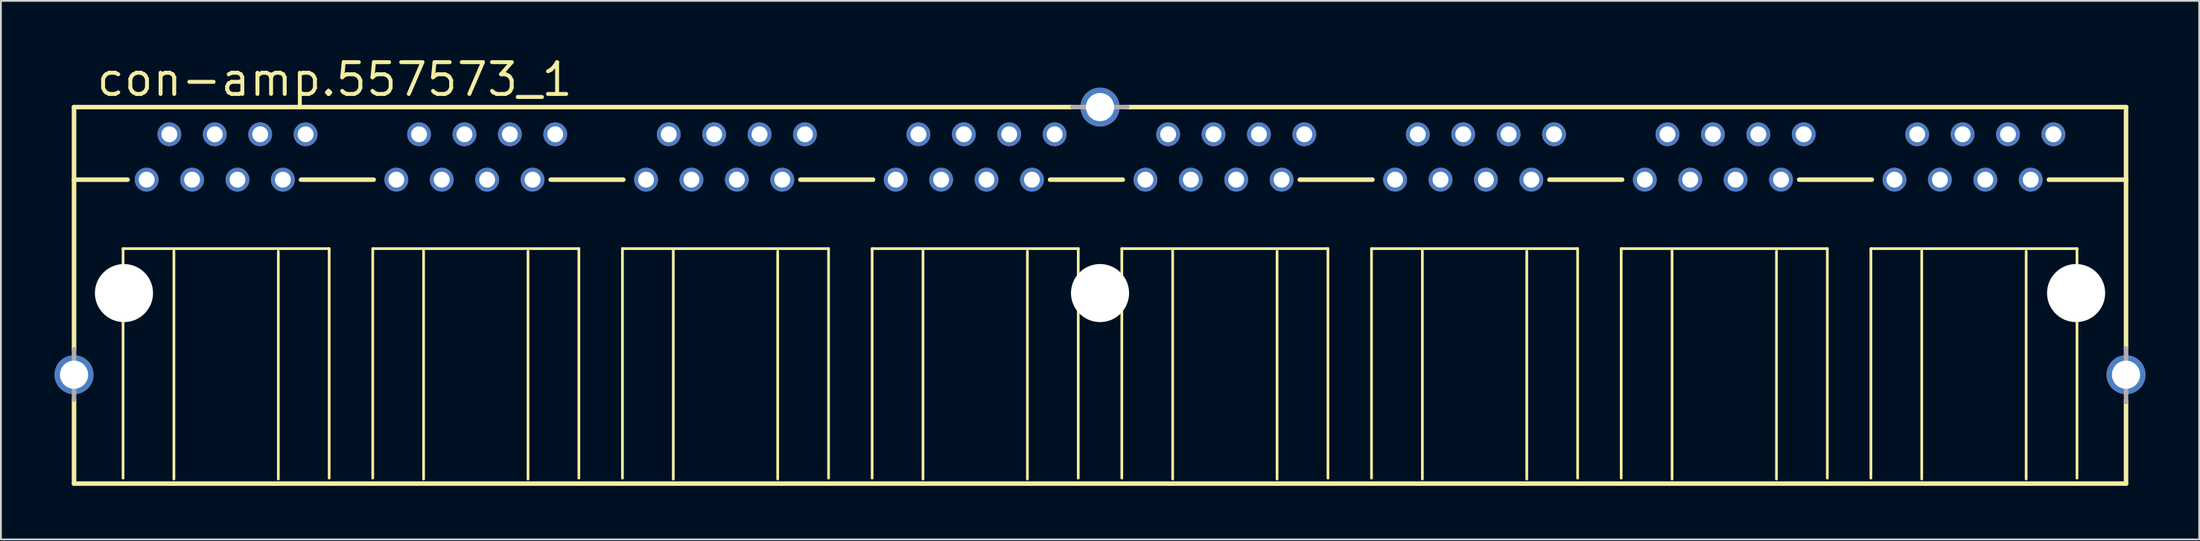
<source format=kicad_pcb>
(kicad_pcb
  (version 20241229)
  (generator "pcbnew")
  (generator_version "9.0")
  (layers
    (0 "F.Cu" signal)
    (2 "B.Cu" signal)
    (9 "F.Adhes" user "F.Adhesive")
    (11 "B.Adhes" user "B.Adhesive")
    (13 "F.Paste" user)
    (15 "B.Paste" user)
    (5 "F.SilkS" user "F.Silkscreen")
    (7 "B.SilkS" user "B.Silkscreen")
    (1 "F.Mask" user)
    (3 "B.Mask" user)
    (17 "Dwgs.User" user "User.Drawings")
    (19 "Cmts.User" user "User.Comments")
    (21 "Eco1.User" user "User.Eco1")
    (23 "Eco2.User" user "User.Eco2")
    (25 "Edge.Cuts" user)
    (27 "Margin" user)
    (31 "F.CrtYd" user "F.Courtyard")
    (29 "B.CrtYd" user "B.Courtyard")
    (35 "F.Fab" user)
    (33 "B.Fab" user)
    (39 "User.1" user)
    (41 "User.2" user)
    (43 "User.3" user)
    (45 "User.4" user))
  (footprint "con-amp.557573_1"
    (layer "F.Cu")
    (at 58.496 13.36)
    (property "Reference" "con-amp.557573_1" (at -56.261 -10.922 0) (layer "F.SilkS") (effects (font (size 1.778 1.778) (thickness 0.22)) (justify left bottom)))
    (attr through_hole)
    (fp_line (start -57.404 -10.414) (end -57.404 -6.35) (stroke (width 0.254) (type default)) (layer "F.SilkS"))
    (fp_line (start -57.404 -6.35) (end -57.404 3.15) (stroke (width 0.254) (type default)) (layer "F.SilkS"))
    (fp_line (start -57.404 5.994) (end -57.404 10.668) (stroke (width 0.254) (type default)) (layer "F.SilkS"))
    (fp_line (start -57.404 10.668) (end 57.404 10.668) (stroke (width 0.254) (type default)) (layer "F.SilkS"))
    (fp_line (start -54.661 -2.489) (end -54.661 10.363) (stroke (width 0.152) (type default)) (layer "F.SilkS"))
    (fp_line (start -54.407 -6.35) (end -57.404 -6.35) (stroke (width 0.254) (type default)) (layer "F.SilkS"))
    (fp_line (start -51.816 10.414) (end -51.816 -2.362) (stroke (width 0.152) (type default)) (layer "F.SilkS"))
    (fp_line (start -45.974 -2.337) (end -45.974 10.414) (stroke (width 0.152) (type default)) (layer "F.SilkS"))
    (fp_line (start -44.704 -6.35) (end -40.64 -6.35) (stroke (width 0.254) (type default)) (layer "F.SilkS"))
    (fp_line (start -43.129 -2.489) (end -54.661 -2.489) (stroke (width 0.152) (type default)) (layer "F.SilkS"))
    (fp_line (start -43.129 10.363) (end -43.129 -2.489) (stroke (width 0.152) (type default)) (layer "F.SilkS"))
    (fp_line (start -40.691 -2.489) (end -40.691 10.363) (stroke (width 0.152) (type default)) (layer "F.SilkS"))
    (fp_line (start -37.846 10.414) (end -37.846 -2.362) (stroke (width 0.152) (type default)) (layer "F.SilkS"))
    (fp_line (start -32.004 -2.337) (end -32.004 10.414) (stroke (width 0.152) (type default)) (layer "F.SilkS"))
    (fp_line (start -30.734 -6.35) (end -26.67 -6.35) (stroke (width 0.254) (type default)) (layer "F.SilkS"))
    (fp_line (start -29.159 -2.489) (end -40.691 -2.489) (stroke (width 0.152) (type default)) (layer "F.SilkS"))
    (fp_line (start -29.159 10.363) (end -29.159 -2.489) (stroke (width 0.152) (type default)) (layer "F.SilkS"))
    (fp_line (start -26.721 -2.489) (end -26.721 10.363) (stroke (width 0.152) (type default)) (layer "F.SilkS"))
    (fp_line (start -23.876 10.414) (end -23.876 -2.362) (stroke (width 0.152) (type default)) (layer "F.SilkS"))
    (fp_line (start -18.034 -2.337) (end -18.034 10.414) (stroke (width 0.152) (type default)) (layer "F.SilkS"))
    (fp_line (start -16.764 -6.35) (end -12.7 -6.35) (stroke (width 0.254) (type default)) (layer "F.SilkS"))
    (fp_line (start -15.189 -2.489) (end -26.721 -2.489) (stroke (width 0.152) (type default)) (layer "F.SilkS"))
    (fp_line (start -15.189 10.363) (end -15.189 -2.489) (stroke (width 0.152) (type default)) (layer "F.SilkS"))
    (fp_line (start -12.751 -2.489) (end -12.751 10.363) (stroke (width 0.152) (type default)) (layer "F.SilkS"))
    (fp_line (start -9.906 10.414) (end -9.906 -2.362) (stroke (width 0.152) (type default)) (layer "F.SilkS"))
    (fp_line (start -4.064 -2.337) (end -4.064 10.414) (stroke (width 0.152) (type default)) (layer "F.SilkS"))
    (fp_line (start -2.794 -6.35) (end 1.27 -6.35) (stroke (width 0.254) (type default)) (layer "F.SilkS"))
    (fp_line (start -1.549 -10.414) (end -57.404 -10.414) (stroke (width 0.254) (type default)) (layer "F.SilkS"))
    (fp_line (start -1.219 -2.489) (end -12.751 -2.489) (stroke (width 0.152) (type default)) (layer "F.SilkS"))
    (fp_line (start -1.219 10.363) (end -1.219 -2.489) (stroke (width 0.152) (type default)) (layer "F.SilkS"))
    (fp_line (start 1.219 -2.489) (end 1.219 10.363) (stroke (width 0.152) (type default)) (layer "F.SilkS"))
    (fp_line (start 4.064 10.414) (end 4.064 -2.362) (stroke (width 0.152) (type default)) (layer "F.SilkS"))
    (fp_line (start 9.906 -2.337) (end 9.906 10.414) (stroke (width 0.152) (type default)) (layer "F.SilkS"))
    (fp_line (start 11.176 -6.35) (end 15.24 -6.35) (stroke (width 0.254) (type default)) (layer "F.SilkS"))
    (fp_line (start 12.751 -2.489) (end 1.219 -2.489) (stroke (width 0.152) (type default)) (layer "F.SilkS"))
    (fp_line (start 12.751 10.363) (end 12.751 -2.489) (stroke (width 0.152) (type default)) (layer "F.SilkS"))
    (fp_line (start 15.189 -2.489) (end 15.189 10.363) (stroke (width 0.152) (type default)) (layer "F.SilkS"))
    (fp_line (start 18.034 10.414) (end 18.034 -2.362) (stroke (width 0.152) (type default)) (layer "F.SilkS"))
    (fp_line (start 23.876 -2.337) (end 23.876 10.414) (stroke (width 0.152) (type default)) (layer "F.SilkS"))
    (fp_line (start 25.146 -6.35) (end 29.21 -6.35) (stroke (width 0.254) (type default)) (layer "F.SilkS"))
    (fp_line (start 26.721 -2.489) (end 15.189 -2.489) (stroke (width 0.152) (type default)) (layer "F.SilkS"))
    (fp_line (start 26.721 10.363) (end 26.721 -2.489) (stroke (width 0.152) (type default)) (layer "F.SilkS"))
    (fp_line (start 29.159 -2.489) (end 29.159 10.363) (stroke (width 0.152) (type default)) (layer "F.SilkS"))
    (fp_line (start 32.004 10.414) (end 32.004 -2.362) (stroke (width 0.152) (type default)) (layer "F.SilkS"))
    (fp_line (start 37.846 -2.337) (end 37.846 10.414) (stroke (width 0.152) (type default)) (layer "F.SilkS"))
    (fp_line (start 39.116 -6.35) (end 43.18 -6.35) (stroke (width 0.254) (type default)) (layer "F.SilkS"))
    (fp_line (start 40.691 -2.489) (end 29.159 -2.489) (stroke (width 0.152) (type default)) (layer "F.SilkS"))
    (fp_line (start 40.691 10.363) (end 40.691 -2.489) (stroke (width 0.152) (type default)) (layer "F.SilkS"))
    (fp_line (start 43.129 -2.489) (end 43.129 10.363) (stroke (width 0.152) (type default)) (layer "F.SilkS"))
    (fp_line (start 45.974 10.414) (end 45.974 -2.362) (stroke (width 0.152) (type default)) (layer "F.SilkS"))
    (fp_line (start 51.816 -2.337) (end 51.816 10.414) (stroke (width 0.152) (type default)) (layer "F.SilkS"))
    (fp_line (start 53.086 -6.35) (end 57.404 -6.35) (stroke (width 0.254) (type default)) (layer "F.SilkS"))
    (fp_line (start 54.661 -2.489) (end 43.129 -2.489) (stroke (width 0.152) (type default)) (layer "F.SilkS"))
    (fp_line (start 54.661 10.363) (end 54.661 -2.489) (stroke (width 0.152) (type default)) (layer "F.SilkS"))
    (fp_line (start 57.404 -10.414) (end 1.524 -10.414) (stroke (width 0.254) (type default)) (layer "F.SilkS"))
    (fp_line (start 57.404 -6.35) (end 57.404 -10.414) (stroke (width 0.254) (type default)) (layer "F.SilkS"))
    (fp_line (start 57.404 3.099) (end 57.404 -6.35) (stroke (width 0.254) (type default)) (layer "F.SilkS"))
    (fp_line (start 57.404 10.668) (end 57.404 6.071) (stroke (width 0.254) (type default)) (layer "F.SilkS"))
    (fp_line (start -57.404 3.15) (end -57.404 5.969) (stroke (width 0.254) (type default)) (layer "F.Fab"))
    (fp_line (start 1.524 -10.414) (end -1.549 -10.414) (stroke (width 0.254) (type default)) (layer "F.Fab"))
    (fp_line (start 57.404 6.096) (end 57.404 3.099) (stroke (width 0.254) (type default)) (layer "F.Fab"))
    (pad "" np_thru_hole circle (at -54.61 0) (size 3.251 3.251) (drill 3.251) (layers "*.Cu" "*.Mask"))
    (pad "" np_thru_hole circle (at 0 0) (size 3.251 3.251) (drill 3.251) (layers "*.Cu" "*.Mask"))
    (pad "" np_thru_hole circle (at 54.61 0) (size 3.251 3.251) (drill 3.251) (layers "*.Cu" "*.Mask"))
    (pad "1-1" thru_hole circle (at -53.34 -6.35) (size 1.333 1.333) (drill 0.889) (layers "*.Cu" "*.Mask"))
    (pad "1-2" thru_hole circle (at -52.07 -8.89) (size 1.333 1.333) (drill 0.889) (layers "*.Cu" "*.Mask"))
    (pad "1-3" thru_hole circle (at -50.8 -6.35) (size 1.333 1.333) (drill 0.889) (layers "*.Cu" "*.Mask"))
    (pad "1-4" thru_hole circle (at -49.53 -8.89) (size 1.333 1.333) (drill 0.889) (layers "*.Cu" "*.Mask"))
    (pad "1-5" thru_hole circle (at -48.26 -6.35) (size 1.333 1.333) (drill 0.889) (layers "*.Cu" "*.Mask"))
    (pad "1-6" thru_hole circle (at -46.99 -8.89) (size 1.333 1.333) (drill 0.889) (layers "*.Cu" "*.Mask"))
    (pad "1-7" thru_hole circle (at -45.72 -6.35) (size 1.333 1.333) (drill 0.889) (layers "*.Cu" "*.Mask"))
    (pad "1-8" thru_hole circle (at -44.45 -8.89) (size 1.333 1.333) (drill 0.889) (layers "*.Cu" "*.Mask"))
    (pad "2-1" thru_hole circle (at -39.37 -6.35) (size 1.333 1.333) (drill 0.889) (layers "*.Cu" "*.Mask"))
    (pad "2-2" thru_hole circle (at -38.1 -8.89) (size 1.333 1.333) (drill 0.889) (layers "*.Cu" "*.Mask"))
    (pad "2-3" thru_hole circle (at -36.83 -6.35) (size 1.333 1.333) (drill 0.889) (layers "*.Cu" "*.Mask"))
    (pad "2-4" thru_hole circle (at -35.56 -8.89) (size 1.333 1.333) (drill 0.889) (layers "*.Cu" "*.Mask"))
    (pad "2-5" thru_hole circle (at -34.29 -6.35) (size 1.333 1.333) (drill 0.889) (layers "*.Cu" "*.Mask"))
    (pad "2-6" thru_hole circle (at -33.02 -8.89) (size 1.333 1.333) (drill 0.889) (layers "*.Cu" "*.Mask"))
    (pad "2-7" thru_hole circle (at -31.75 -6.35) (size 1.333 1.333) (drill 0.889) (layers "*.Cu" "*.Mask"))
    (pad "2-8" thru_hole circle (at -30.48 -8.89) (size 1.333 1.333) (drill 0.889) (layers "*.Cu" "*.Mask"))
    (pad "3-1" thru_hole circle (at -25.4 -6.35) (size 1.333 1.333) (drill 0.889) (layers "*.Cu" "*.Mask"))
    (pad "3-2" thru_hole circle (at -24.13 -8.89) (size 1.333 1.333) (drill 0.889) (layers "*.Cu" "*.Mask"))
    (pad "3-3" thru_hole circle (at -22.86 -6.35) (size 1.333 1.333) (drill 0.889) (layers "*.Cu" "*.Mask"))
    (pad "3-4" thru_hole circle (at -21.59 -8.89) (size 1.333 1.333) (drill 0.889) (layers "*.Cu" "*.Mask"))
    (pad "3-5" thru_hole circle (at -20.32 -6.35) (size 1.333 1.333) (drill 0.889) (layers "*.Cu" "*.Mask"))
    (pad "3-6" thru_hole circle (at -19.05 -8.89) (size 1.333 1.333) (drill 0.889) (layers "*.Cu" "*.Mask"))
    (pad "3-7" thru_hole circle (at -17.78 -6.35) (size 1.333 1.333) (drill 0.889) (layers "*.Cu" "*.Mask"))
    (pad "3-8" thru_hole circle (at -16.51 -8.89) (size 1.333 1.333) (drill 0.889) (layers "*.Cu" "*.Mask"))
    (pad "4-1" thru_hole circle (at -11.43 -6.35) (size 1.333 1.333) (drill 0.889) (layers "*.Cu" "*.Mask"))
    (pad "4-2" thru_hole circle (at -10.16 -8.89) (size 1.333 1.333) (drill 0.889) (layers "*.Cu" "*.Mask"))
    (pad "4-3" thru_hole circle (at -8.89 -6.35) (size 1.333 1.333) (drill 0.889) (layers "*.Cu" "*.Mask"))
    (pad "4-4" thru_hole circle (at -7.62 -8.89) (size 1.333 1.333) (drill 0.889) (layers "*.Cu" "*.Mask"))
    (pad "4-5" thru_hole circle (at -6.35 -6.35) (size 1.333 1.333) (drill 0.889) (layers "*.Cu" "*.Mask"))
    (pad "4-6" thru_hole circle (at -5.08 -8.89) (size 1.333 1.333) (drill 0.889) (layers "*.Cu" "*.Mask"))
    (pad "4-7" thru_hole circle (at -3.81 -6.35) (size 1.333 1.333) (drill 0.889) (layers "*.Cu" "*.Mask"))
    (pad "4-8" thru_hole circle (at -2.54 -8.89) (size 1.333 1.333) (drill 0.889) (layers "*.Cu" "*.Mask"))
    (pad "5-1" thru_hole circle (at 2.54 -6.35) (size 1.333 1.333) (drill 0.889) (layers "*.Cu" "*.Mask"))
    (pad "5-2" thru_hole circle (at 3.81 -8.89) (size 1.333 1.333) (drill 0.889) (layers "*.Cu" "*.Mask"))
    (pad "5-3" thru_hole circle (at 5.08 -6.35) (size 1.333 1.333) (drill 0.889) (layers "*.Cu" "*.Mask"))
    (pad "5-4" thru_hole circle (at 6.35 -8.89) (size 1.333 1.333) (drill 0.889) (layers "*.Cu" "*.Mask"))
    (pad "5-5" thru_hole circle (at 7.62 -6.35) (size 1.333 1.333) (drill 0.889) (layers "*.Cu" "*.Mask"))
    (pad "5-6" thru_hole circle (at 8.89 -8.89) (size 1.333 1.333) (drill 0.889) (layers "*.Cu" "*.Mask"))
    (pad "5-7" thru_hole circle (at 10.16 -6.35) (size 1.333 1.333) (drill 0.889) (layers "*.Cu" "*.Mask"))
    (pad "5-8" thru_hole circle (at 11.43 -8.89) (size 1.333 1.333) (drill 0.889) (layers "*.Cu" "*.Mask"))
    (pad "6-1" thru_hole circle (at 16.51 -6.35) (size 1.333 1.333) (drill 0.889) (layers "*.Cu" "*.Mask"))
    (pad "6-2" thru_hole circle (at 17.78 -8.89) (size 1.333 1.333) (drill 0.889) (layers "*.Cu" "*.Mask"))
    (pad "6-3" thru_hole circle (at 19.05 -6.35) (size 1.333 1.333) (drill 0.889) (layers "*.Cu" "*.Mask"))
    (pad "6-4" thru_hole circle (at 20.32 -8.89) (size 1.333 1.333) (drill 0.889) (layers "*.Cu" "*.Mask"))
    (pad "6-5" thru_hole circle (at 21.59 -6.35) (size 1.333 1.333) (drill 0.889) (layers "*.Cu" "*.Mask"))
    (pad "6-6" thru_hole circle (at 22.86 -8.89) (size 1.333 1.333) (drill 0.889) (layers "*.Cu" "*.Mask"))
    (pad "6-7" thru_hole circle (at 24.13 -6.35) (size 1.333 1.333) (drill 0.889) (layers "*.Cu" "*.Mask"))
    (pad "6-8" thru_hole circle (at 25.4 -8.89) (size 1.333 1.333) (drill 0.889) (layers "*.Cu" "*.Mask"))
    (pad "7-1" thru_hole circle (at 30.48 -6.35) (size 1.333 1.333) (drill 0.889) (layers "*.Cu" "*.Mask"))
    (pad "7-2" thru_hole circle (at 31.75 -8.89) (size 1.333 1.333) (drill 0.889) (layers "*.Cu" "*.Mask"))
    (pad "7-3" thru_hole circle (at 33.02 -6.35) (size 1.333 1.333) (drill 0.889) (layers "*.Cu" "*.Mask"))
    (pad "7-4" thru_hole circle (at 34.29 -8.89) (size 1.333 1.333) (drill 0.889) (layers "*.Cu" "*.Mask"))
    (pad "7-5" thru_hole circle (at 35.56 -6.35) (size 1.333 1.333) (drill 0.889) (layers "*.Cu" "*.Mask"))
    (pad "7-6" thru_hole circle (at 36.83 -8.89) (size 1.333 1.333) (drill 0.889) (layers "*.Cu" "*.Mask"))
    (pad "7-7" thru_hole circle (at 38.1 -6.35) (size 1.333 1.333) (drill 0.889) (layers "*.Cu" "*.Mask"))
    (pad "7-8" thru_hole circle (at 39.37 -8.89) (size 1.333 1.333) (drill 0.889) (layers "*.Cu" "*.Mask"))
    (pad "8-1" thru_hole circle (at 44.45 -6.35) (size 1.333 1.333) (drill 0.889) (layers "*.Cu" "*.Mask"))
    (pad "8-2" thru_hole circle (at 45.72 -8.89) (size 1.333 1.333) (drill 0.889) (layers "*.Cu" "*.Mask"))
    (pad "8-3" thru_hole circle (at 46.99 -6.35) (size 1.333 1.333) (drill 0.889) (layers "*.Cu" "*.Mask"))
    (pad "8-4" thru_hole circle (at 48.26 -8.89) (size 1.333 1.333) (drill 0.889) (layers "*.Cu" "*.Mask"))
    (pad "8-5" thru_hole circle (at 49.53 -6.35) (size 1.333 1.333) (drill 0.889) (layers "*.Cu" "*.Mask"))
    (pad "8-6" thru_hole circle (at 50.8 -8.89) (size 1.333 1.333) (drill 0.889) (layers "*.Cu" "*.Mask"))
    (pad "8-7" thru_hole circle (at 52.07 -6.35) (size 1.333 1.333) (drill 0.889) (layers "*.Cu" "*.Mask"))
    (pad "8-8" thru_hole circle (at 53.34 -8.89) (size 1.333 1.333) (drill 0.889) (layers "*.Cu" "*.Mask"))
    (pad "G1" thru_hole circle (at -57.404 4.572) (size 2.184 2.184) (drill 1.575) (layers "*.Cu" "*.Mask"))
    (pad "G2" thru_hole circle (at 0 -10.414) (size 2.184 2.184) (drill 1.575) (layers "*.Cu" "*.Mask"))
    (pad "G3" thru_hole circle (at 57.404 4.572) (size 2.184 2.184) (drill 1.575) (layers "*.Cu" "*.Mask")))
  (gr_rect
    (start -3 -3)
    (end 119.992 27.155)
    (stroke (width 0.1) (type default))
    (fill no)
    (layer "Edge.Cuts")))
</source>
